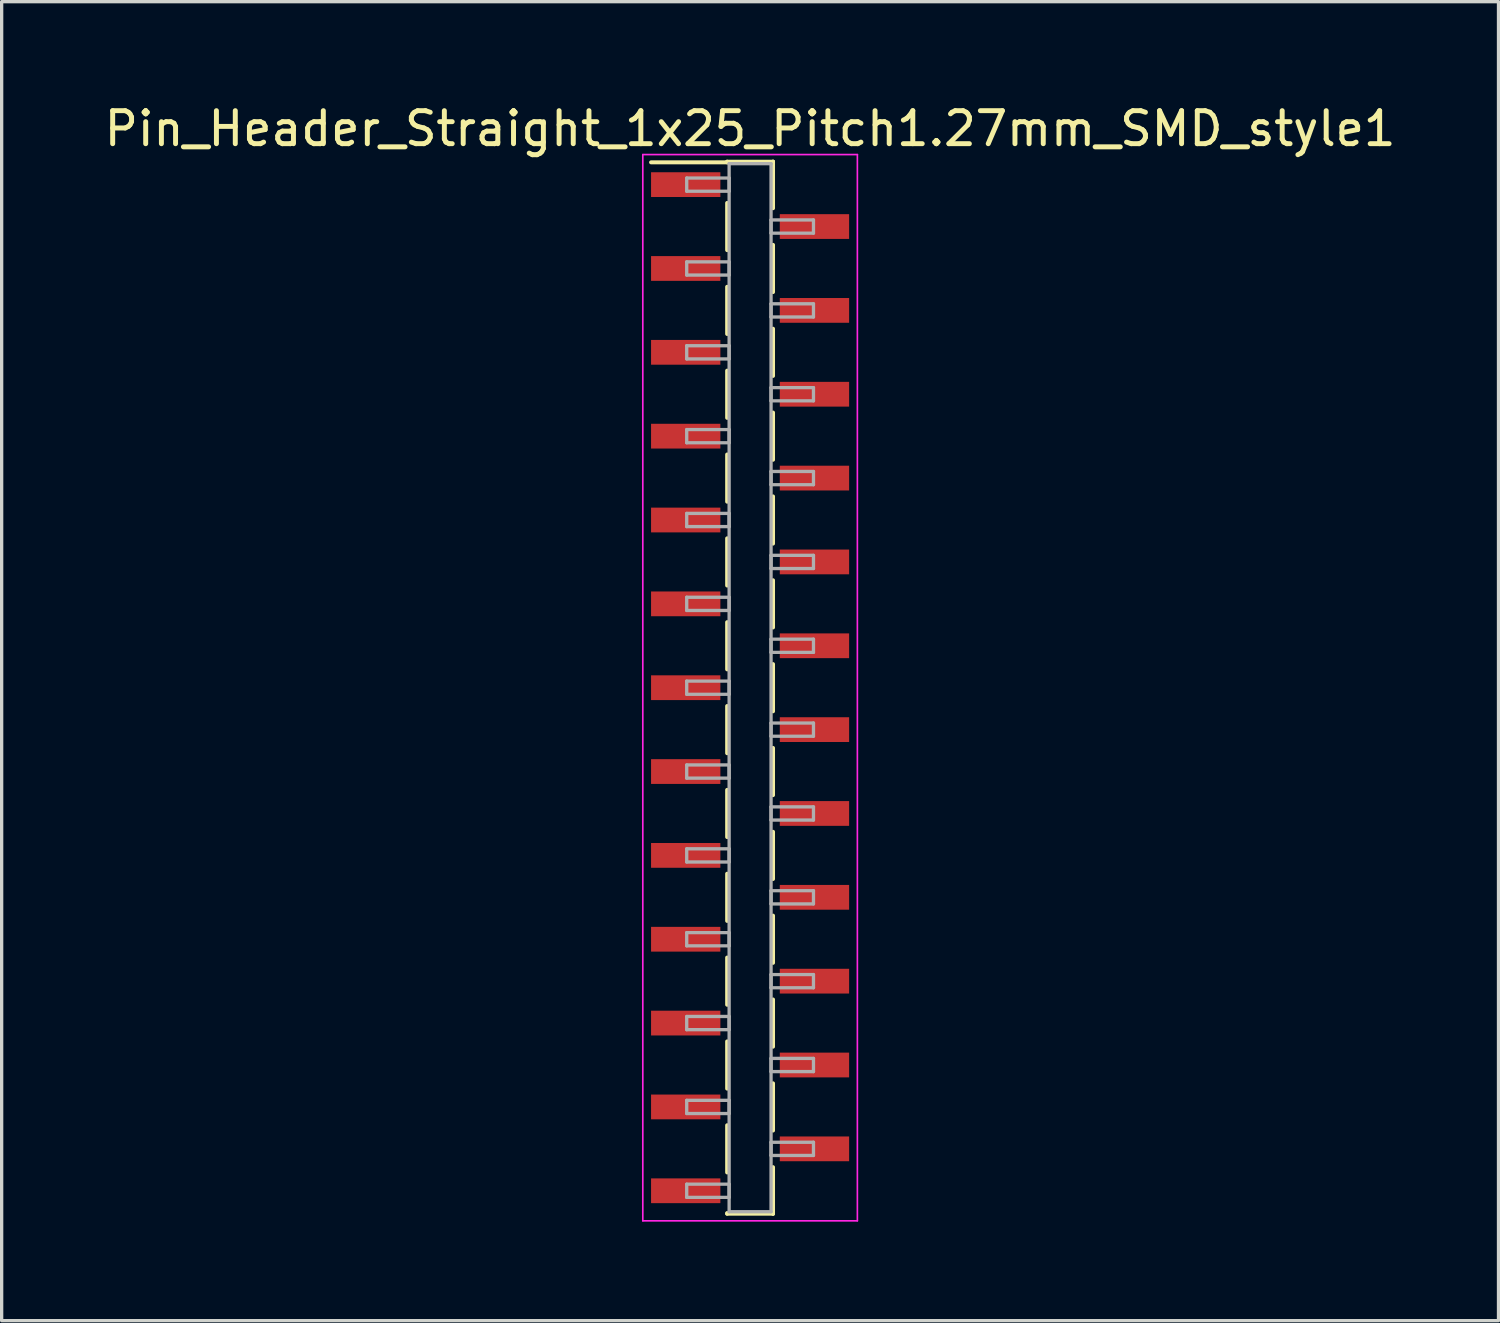
<source format=kicad_pcb>
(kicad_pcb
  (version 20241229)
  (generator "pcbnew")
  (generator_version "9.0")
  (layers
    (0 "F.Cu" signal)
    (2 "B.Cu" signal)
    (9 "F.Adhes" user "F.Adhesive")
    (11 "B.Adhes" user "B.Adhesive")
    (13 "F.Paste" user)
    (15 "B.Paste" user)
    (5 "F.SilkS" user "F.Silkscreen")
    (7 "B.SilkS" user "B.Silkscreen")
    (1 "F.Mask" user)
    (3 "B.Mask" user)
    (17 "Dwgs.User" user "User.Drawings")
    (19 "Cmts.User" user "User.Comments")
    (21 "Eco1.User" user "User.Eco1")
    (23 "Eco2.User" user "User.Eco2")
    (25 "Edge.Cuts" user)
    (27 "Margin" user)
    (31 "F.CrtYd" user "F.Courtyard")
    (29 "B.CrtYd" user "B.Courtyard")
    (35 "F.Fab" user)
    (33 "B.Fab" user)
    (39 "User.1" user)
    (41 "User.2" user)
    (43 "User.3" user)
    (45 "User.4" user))
  (footprint "Pin_Header_Straight_1x25_Pitch1.27mm_SMD_style1"
    (layer "F.Cu")
    (at 19.673 17.783)
    (property "Reference" "Pin_Header_Straight_1x25_Pitch1.27mm_SMD_style1" (at 0 -16.935 0) (layer "F.SilkS") (effects (font (size 1 1) (thickness 0.15))))
    (attr smd)
    (fp_line (start -0.695 -15.935) (end 0.695 -15.935) (stroke (width 0.12) (type solid)) (layer "F.SilkS"))
    (fp_line (start -0.695 -15.915) (end -3 -15.915) (stroke (width 0.12) (type solid)) (layer "F.SilkS"))
    (fp_line (start -0.695 -15.915) (end -0.695 -15.935) (stroke (width 0.12) (type solid)) (layer "F.SilkS"))
    (fp_line (start -0.695 -14.685) (end -0.695 -13.255) (stroke (width 0.12) (type solid)) (layer "F.SilkS"))
    (fp_line (start -0.695 -12.145) (end -0.695 -10.715) (stroke (width 0.12) (type solid)) (layer "F.SilkS"))
    (fp_line (start -0.695 -9.605) (end -0.695 -8.175) (stroke (width 0.12) (type solid)) (layer "F.SilkS"))
    (fp_line (start -0.695 -7.065) (end -0.695 -5.635) (stroke (width 0.12) (type solid)) (layer "F.SilkS"))
    (fp_line (start -0.695 -4.525) (end -0.695 -3.095) (stroke (width 0.12) (type solid)) (layer "F.SilkS"))
    (fp_line (start -0.695 -1.985) (end -0.695 -0.555) (stroke (width 0.12) (type solid)) (layer "F.SilkS"))
    (fp_line (start -0.695 0.555) (end -0.695 1.985) (stroke (width 0.12) (type solid)) (layer "F.SilkS"))
    (fp_line (start -0.695 3.095) (end -0.695 4.525) (stroke (width 0.12) (type solid)) (layer "F.SilkS"))
    (fp_line (start -0.695 5.635) (end -0.695 7.065) (stroke (width 0.12) (type solid)) (layer "F.SilkS"))
    (fp_line (start -0.695 8.175) (end -0.695 9.605) (stroke (width 0.12) (type solid)) (layer "F.SilkS"))
    (fp_line (start -0.695 10.715) (end -0.695 12.145) (stroke (width 0.12) (type solid)) (layer "F.SilkS"))
    (fp_line (start -0.695 13.255) (end -0.695 14.685) (stroke (width 0.12) (type solid)) (layer "F.SilkS"))
    (fp_line (start -0.695 15.915) (end -0.695 15.935) (stroke (width 0.12) (type solid)) (layer "F.SilkS"))
    (fp_line (start -0.695 15.935) (end 0.695 15.935) (stroke (width 0.12) (type solid)) (layer "F.SilkS"))
    (fp_line (start 0.695 -15.935) (end 0.695 -15.915) (stroke (width 0.12) (type solid)) (layer "F.SilkS"))
    (fp_line (start 0.695 -15.935) (end 0.695 -14.525) (stroke (width 0.12) (type solid)) (layer "F.SilkS"))
    (fp_line (start 0.695 -13.415) (end 0.695 -11.985) (stroke (width 0.12) (type solid)) (layer "F.SilkS"))
    (fp_line (start 0.695 -10.875) (end 0.695 -9.445) (stroke (width 0.12) (type solid)) (layer "F.SilkS"))
    (fp_line (start 0.695 -8.335) (end 0.695 -6.905) (stroke (width 0.12) (type solid)) (layer "F.SilkS"))
    (fp_line (start 0.695 -5.795) (end 0.695 -4.365) (stroke (width 0.12) (type solid)) (layer "F.SilkS"))
    (fp_line (start 0.695 -3.255) (end 0.695 -1.825) (stroke (width 0.12) (type solid)) (layer "F.SilkS"))
    (fp_line (start 0.695 -0.715) (end 0.695 0.715) (stroke (width 0.12) (type solid)) (layer "F.SilkS"))
    (fp_line (start 0.695 1.825) (end 0.695 3.255) (stroke (width 0.12) (type solid)) (layer "F.SilkS"))
    (fp_line (start 0.695 4.365) (end 0.695 5.795) (stroke (width 0.12) (type solid)) (layer "F.SilkS"))
    (fp_line (start 0.695 6.905) (end 0.695 8.335) (stroke (width 0.12) (type solid)) (layer "F.SilkS"))
    (fp_line (start 0.695 9.445) (end 0.695 10.875) (stroke (width 0.12) (type solid)) (layer "F.SilkS"))
    (fp_line (start 0.695 11.985) (end 0.695 13.415) (stroke (width 0.12) (type solid)) (layer "F.SilkS"))
    (fp_line (start 0.695 14.525) (end 0.695 15.935) (stroke (width 0.12) (type solid)) (layer "F.SilkS"))
    (fp_line (start 0.695 15.935) (end 0.695 15.915) (stroke (width 0.12) (type solid)) (layer "F.SilkS"))
    (fp_line (start -3.25 -16.15) (end -3.25 16.15) (stroke (width 0.05) (type solid)) (layer "F.CrtYd"))
    (fp_line (start -3.25 16.15) (end 3.25 16.15) (stroke (width 0.05) (type solid)) (layer "F.CrtYd"))
    (fp_line (start 3.25 -16.15) (end -3.25 -16.15) (stroke (width 0.05) (type solid)) (layer "F.CrtYd"))
    (fp_line (start 3.25 16.15) (end 3.25 -16.15) (stroke (width 0.05) (type solid)) (layer "F.CrtYd"))
    (fp_line (start -1.92 -15.44) (end -0.635 -15.44) (stroke (width 0.1) (type solid)) (layer "F.Fab"))
    (fp_line (start -1.92 -15.04) (end -1.92 -15.44) (stroke (width 0.1) (type solid)) (layer "F.Fab"))
    (fp_line (start -1.92 -12.9) (end -0.635 -12.9) (stroke (width 0.1) (type solid)) (layer "F.Fab"))
    (fp_line (start -1.92 -12.5) (end -1.92 -12.9) (stroke (width 0.1) (type solid)) (layer "F.Fab"))
    (fp_line (start -1.92 -10.36) (end -0.635 -10.36) (stroke (width 0.1) (type solid)) (layer "F.Fab"))
    (fp_line (start -1.92 -9.96) (end -1.92 -10.36) (stroke (width 0.1) (type solid)) (layer "F.Fab"))
    (fp_line (start -1.92 -7.82) (end -0.635 -7.82) (stroke (width 0.1) (type solid)) (layer "F.Fab"))
    (fp_line (start -1.92 -7.42) (end -1.92 -7.82) (stroke (width 0.1) (type solid)) (layer "F.Fab"))
    (fp_line (start -1.92 -5.28) (end -0.635 -5.28) (stroke (width 0.1) (type solid)) (layer "F.Fab"))
    (fp_line (start -1.92 -4.88) (end -1.92 -5.28) (stroke (width 0.1) (type solid)) (layer "F.Fab"))
    (fp_line (start -1.92 -2.74) (end -0.635 -2.74) (stroke (width 0.1) (type solid)) (layer "F.Fab"))
    (fp_line (start -1.92 -2.34) (end -1.92 -2.74) (stroke (width 0.1) (type solid)) (layer "F.Fab"))
    (fp_line (start -1.92 -0.2) (end -0.635 -0.2) (stroke (width 0.1) (type solid)) (layer "F.Fab"))
    (fp_line (start -1.92 0.2) (end -1.92 -0.2) (stroke (width 0.1) (type solid)) (layer "F.Fab"))
    (fp_line (start -1.92 2.34) (end -0.635 2.34) (stroke (width 0.1) (type solid)) (layer "F.Fab"))
    (fp_line (start -1.92 2.74) (end -1.92 2.34) (stroke (width 0.1) (type solid)) (layer "F.Fab"))
    (fp_line (start -1.92 4.88) (end -0.635 4.88) (stroke (width 0.1) (type solid)) (layer "F.Fab"))
    (fp_line (start -1.92 5.28) (end -1.92 4.88) (stroke (width 0.1) (type solid)) (layer "F.Fab"))
    (fp_line (start -1.92 7.42) (end -0.635 7.42) (stroke (width 0.1) (type solid)) (layer "F.Fab"))
    (fp_line (start -1.92 7.82) (end -1.92 7.42) (stroke (width 0.1) (type solid)) (layer "F.Fab"))
    (fp_line (start -1.92 9.96) (end -0.635 9.96) (stroke (width 0.1) (type solid)) (layer "F.Fab"))
    (fp_line (start -1.92 10.36) (end -1.92 9.96) (stroke (width 0.1) (type solid)) (layer "F.Fab"))
    (fp_line (start -1.92 12.5) (end -0.635 12.5) (stroke (width 0.1) (type solid)) (layer "F.Fab"))
    (fp_line (start -1.92 12.9) (end -1.92 12.5) (stroke (width 0.1) (type solid)) (layer "F.Fab"))
    (fp_line (start -1.92 15.04) (end -0.635 15.04) (stroke (width 0.1) (type solid)) (layer "F.Fab"))
    (fp_line (start -1.92 15.44) (end -1.92 15.04) (stroke (width 0.1) (type solid)) (layer "F.Fab"))
    (fp_line (start -0.635 -15.875) (end -0.635 15.875) (stroke (width 0.1) (type solid)) (layer "F.Fab"))
    (fp_line (start -0.635 -15.44) (end -0.635 -15.04) (stroke (width 0.1) (type solid)) (layer "F.Fab"))
    (fp_line (start -0.635 -15.04) (end -1.92 -15.04) (stroke (width 0.1) (type solid)) (layer "F.Fab"))
    (fp_line (start -0.635 -12.9) (end -0.635 -12.5) (stroke (width 0.1) (type solid)) (layer "F.Fab"))
    (fp_line (start -0.635 -12.5) (end -1.92 -12.5) (stroke (width 0.1) (type solid)) (layer "F.Fab"))
    (fp_line (start -0.635 -10.36) (end -0.635 -9.96) (stroke (width 0.1) (type solid)) (layer "F.Fab"))
    (fp_line (start -0.635 -9.96) (end -1.92 -9.96) (stroke (width 0.1) (type solid)) (layer "F.Fab"))
    (fp_line (start -0.635 -7.82) (end -0.635 -7.42) (stroke (width 0.1) (type solid)) (layer "F.Fab"))
    (fp_line (start -0.635 -7.42) (end -1.92 -7.42) (stroke (width 0.1) (type solid)) (layer "F.Fab"))
    (fp_line (start -0.635 -5.28) (end -0.635 -4.88) (stroke (width 0.1) (type solid)) (layer "F.Fab"))
    (fp_line (start -0.635 -4.88) (end -1.92 -4.88) (stroke (width 0.1) (type solid)) (layer "F.Fab"))
    (fp_line (start -0.635 -2.74) (end -0.635 -2.34) (stroke (width 0.1) (type solid)) (layer "F.Fab"))
    (fp_line (start -0.635 -2.34) (end -1.92 -2.34) (stroke (width 0.1) (type solid)) (layer "F.Fab"))
    (fp_line (start -0.635 -0.2) (end -0.635 0.2) (stroke (width 0.1) (type solid)) (layer "F.Fab"))
    (fp_line (start -0.635 0.2) (end -1.92 0.2) (stroke (width 0.1) (type solid)) (layer "F.Fab"))
    (fp_line (start -0.635 2.34) (end -0.635 2.74) (stroke (width 0.1) (type solid)) (layer "F.Fab"))
    (fp_line (start -0.635 2.74) (end -1.92 2.74) (stroke (width 0.1) (type solid)) (layer "F.Fab"))
    (fp_line (start -0.635 4.88) (end -0.635 5.28) (stroke (width 0.1) (type solid)) (layer "F.Fab"))
    (fp_line (start -0.635 5.28) (end -1.92 5.28) (stroke (width 0.1) (type solid)) (layer "F.Fab"))
    (fp_line (start -0.635 7.42) (end -0.635 7.82) (stroke (width 0.1) (type solid)) (layer "F.Fab"))
    (fp_line (start -0.635 7.82) (end -1.92 7.82) (stroke (width 0.1) (type solid)) (layer "F.Fab"))
    (fp_line (start -0.635 9.96) (end -0.635 10.36) (stroke (width 0.1) (type solid)) (layer "F.Fab"))
    (fp_line (start -0.635 10.36) (end -1.92 10.36) (stroke (width 0.1) (type solid)) (layer "F.Fab"))
    (fp_line (start -0.635 12.5) (end -0.635 12.9) (stroke (width 0.1) (type solid)) (layer "F.Fab"))
    (fp_line (start -0.635 12.9) (end -1.92 12.9) (stroke (width 0.1) (type solid)) (layer "F.Fab"))
    (fp_line (start -0.635 15.04) (end -0.635 15.44) (stroke (width 0.1) (type solid)) (layer "F.Fab"))
    (fp_line (start -0.635 15.44) (end -1.92 15.44) (stroke (width 0.1) (type solid)) (layer "F.Fab"))
    (fp_line (start -0.635 15.875) (end 0.635 15.875) (stroke (width 0.1) (type solid)) (layer "F.Fab"))
    (fp_line (start 0.635 -15.875) (end -0.635 -15.875) (stroke (width 0.1) (type solid)) (layer "F.Fab"))
    (fp_line (start 0.635 -14.17) (end 0.635 -13.77) (stroke (width 0.1) (type solid)) (layer "F.Fab"))
    (fp_line (start 0.635 -13.77) (end 1.92 -13.77) (stroke (width 0.1) (type solid)) (layer "F.Fab"))
    (fp_line (start 0.635 -11.63) (end 0.635 -11.23) (stroke (width 0.1) (type solid)) (layer "F.Fab"))
    (fp_line (start 0.635 -11.23) (end 1.92 -11.23) (stroke (width 0.1) (type solid)) (layer "F.Fab"))
    (fp_line (start 0.635 -9.09) (end 0.635 -8.69) (stroke (width 0.1) (type solid)) (layer "F.Fab"))
    (fp_line (start 0.635 -8.69) (end 1.92 -8.69) (stroke (width 0.1) (type solid)) (layer "F.Fab"))
    (fp_line (start 0.635 -6.55) (end 0.635 -6.15) (stroke (width 0.1) (type solid)) (layer "F.Fab"))
    (fp_line (start 0.635 -6.15) (end 1.92 -6.15) (stroke (width 0.1) (type solid)) (layer "F.Fab"))
    (fp_line (start 0.635 -4.01) (end 0.635 -3.61) (stroke (width 0.1) (type solid)) (layer "F.Fab"))
    (fp_line (start 0.635 -3.61) (end 1.92 -3.61) (stroke (width 0.1) (type solid)) (layer "F.Fab"))
    (fp_line (start 0.635 -1.47) (end 0.635 -1.07) (stroke (width 0.1) (type solid)) (layer "F.Fab"))
    (fp_line (start 0.635 -1.07) (end 1.92 -1.07) (stroke (width 0.1) (type solid)) (layer "F.Fab"))
    (fp_line (start 0.635 1.07) (end 0.635 1.47) (stroke (width 0.1) (type solid)) (layer "F.Fab"))
    (fp_line (start 0.635 1.47) (end 1.92 1.47) (stroke (width 0.1) (type solid)) (layer "F.Fab"))
    (fp_line (start 0.635 3.61) (end 0.635 4.01) (stroke (width 0.1) (type solid)) (layer "F.Fab"))
    (fp_line (start 0.635 4.01) (end 1.92 4.01) (stroke (width 0.1) (type solid)) (layer "F.Fab"))
    (fp_line (start 0.635 6.15) (end 0.635 6.55) (stroke (width 0.1) (type solid)) (layer "F.Fab"))
    (fp_line (start 0.635 6.55) (end 1.92 6.55) (stroke (width 0.1) (type solid)) (layer "F.Fab"))
    (fp_line (start 0.635 8.69) (end 0.635 9.09) (stroke (width 0.1) (type solid)) (layer "F.Fab"))
    (fp_line (start 0.635 9.09) (end 1.92 9.09) (stroke (width 0.1) (type solid)) (layer "F.Fab"))
    (fp_line (start 0.635 11.23) (end 0.635 11.63) (stroke (width 0.1) (type solid)) (layer "F.Fab"))
    (fp_line (start 0.635 11.63) (end 1.92 11.63) (stroke (width 0.1) (type solid)) (layer "F.Fab"))
    (fp_line (start 0.635 13.77) (end 0.635 14.17) (stroke (width 0.1) (type solid)) (layer "F.Fab"))
    (fp_line (start 0.635 14.17) (end 1.92 14.17) (stroke (width 0.1) (type solid)) (layer "F.Fab"))
    (fp_line (start 0.635 15.875) (end 0.635 -15.875) (stroke (width 0.1) (type solid)) (layer "F.Fab"))
    (fp_line (start 1.92 -14.17) (end 0.635 -14.17) (stroke (width 0.1) (type solid)) (layer "F.Fab"))
    (fp_line (start 1.92 -13.77) (end 1.92 -14.17) (stroke (width 0.1) (type solid)) (layer "F.Fab"))
    (fp_line (start 1.92 -11.63) (end 0.635 -11.63) (stroke (width 0.1) (type solid)) (layer "F.Fab"))
    (fp_line (start 1.92 -11.23) (end 1.92 -11.63) (stroke (width 0.1) (type solid)) (layer "F.Fab"))
    (fp_line (start 1.92 -9.09) (end 0.635 -9.09) (stroke (width 0.1) (type solid)) (layer "F.Fab"))
    (fp_line (start 1.92 -8.69) (end 1.92 -9.09) (stroke (width 0.1) (type solid)) (layer "F.Fab"))
    (fp_line (start 1.92 -6.55) (end 0.635 -6.55) (stroke (width 0.1) (type solid)) (layer "F.Fab"))
    (fp_line (start 1.92 -6.15) (end 1.92 -6.55) (stroke (width 0.1) (type solid)) (layer "F.Fab"))
    (fp_line (start 1.92 -4.01) (end 0.635 -4.01) (stroke (width 0.1) (type solid)) (layer "F.Fab"))
    (fp_line (start 1.92 -3.61) (end 1.92 -4.01) (stroke (width 0.1) (type solid)) (layer "F.Fab"))
    (fp_line (start 1.92 -1.47) (end 0.635 -1.47) (stroke (width 0.1) (type solid)) (layer "F.Fab"))
    (fp_line (start 1.92 -1.07) (end 1.92 -1.47) (stroke (width 0.1) (type solid)) (layer "F.Fab"))
    (fp_line (start 1.92 1.07) (end 0.635 1.07) (stroke (width 0.1) (type solid)) (layer "F.Fab"))
    (fp_line (start 1.92 1.47) (end 1.92 1.07) (stroke (width 0.1) (type solid)) (layer "F.Fab"))
    (fp_line (start 1.92 3.61) (end 0.635 3.61) (stroke (width 0.1) (type solid)) (layer "F.Fab"))
    (fp_line (start 1.92 4.01) (end 1.92 3.61) (stroke (width 0.1) (type solid)) (layer "F.Fab"))
    (fp_line (start 1.92 6.15) (end 0.635 6.15) (stroke (width 0.1) (type solid)) (layer "F.Fab"))
    (fp_line (start 1.92 6.55) (end 1.92 6.15) (stroke (width 0.1) (type solid)) (layer "F.Fab"))
    (fp_line (start 1.92 8.69) (end 0.635 8.69) (stroke (width 0.1) (type solid)) (layer "F.Fab"))
    (fp_line (start 1.92 9.09) (end 1.92 8.69) (stroke (width 0.1) (type solid)) (layer "F.Fab"))
    (fp_line (start 1.92 11.23) (end 0.635 11.23) (stroke (width 0.1) (type solid)) (layer "F.Fab"))
    (fp_line (start 1.92 11.63) (end 1.92 11.23) (stroke (width 0.1) (type solid)) (layer "F.Fab"))
    (fp_line (start 1.92 13.77) (end 0.635 13.77) (stroke (width 0.1) (type solid)) (layer "F.Fab"))
    (fp_line (start 1.92 14.17) (end 1.92 13.77) (stroke (width 0.1) (type solid)) (layer "F.Fab"))
    (pad "1" smd rect (at -1.95 -15.24) (size 2.1 0.75) (layers "F.Cu" "F.Mask"))
    (pad "2" smd rect (at 1.95 -13.97) (size 2.1 0.75) (layers "F.Cu" "F.Mask"))
    (pad "3" smd rect (at -1.95 -12.7) (size 2.1 0.75) (layers "F.Cu" "F.Mask"))
    (pad "4" smd rect (at 1.95 -11.43) (size 2.1 0.75) (layers "F.Cu" "F.Mask"))
    (pad "5" smd rect (at -1.95 -10.16) (size 2.1 0.75) (layers "F.Cu" "F.Mask"))
    (pad "6" smd rect (at 1.95 -8.89) (size 2.1 0.75) (layers "F.Cu" "F.Mask"))
    (pad "7" smd rect (at -1.95 -7.62) (size 2.1 0.75) (layers "F.Cu" "F.Mask"))
    (pad "8" smd rect (at 1.95 -6.35) (size 2.1 0.75) (layers "F.Cu" "F.Mask"))
    (pad "9" smd rect (at -1.95 -5.08) (size 2.1 0.75) (layers "F.Cu" "F.Mask"))
    (pad "10" smd rect (at 1.95 -3.81) (size 2.1 0.75) (layers "F.Cu" "F.Mask"))
    (pad "11" smd rect (at -1.95 -2.54) (size 2.1 0.75) (layers "F.Cu" "F.Mask"))
    (pad "12" smd rect (at 1.95 -1.27) (size 2.1 0.75) (layers "F.Cu" "F.Mask"))
    (pad "13" smd rect (at -1.95 0) (size 2.1 0.75) (layers "F.Cu" "F.Mask"))
    (pad "14" smd rect (at 1.95 1.27) (size 2.1 0.75) (layers "F.Cu" "F.Mask"))
    (pad "15" smd rect (at -1.95 2.54) (size 2.1 0.75) (layers "F.Cu" "F.Mask"))
    (pad "16" smd rect (at 1.95 3.81) (size 2.1 0.75) (layers "F.Cu" "F.Mask"))
    (pad "17" smd rect (at -1.95 5.08) (size 2.1 0.75) (layers "F.Cu" "F.Mask"))
    (pad "18" smd rect (at 1.95 6.35) (size 2.1 0.75) (layers "F.Cu" "F.Mask"))
    (pad "19" smd rect (at -1.95 7.62) (size 2.1 0.75) (layers "F.Cu" "F.Mask"))
    (pad "20" smd rect (at 1.95 8.89) (size 2.1 0.75) (layers "F.Cu" "F.Mask"))
    (pad "21" smd rect (at -1.95 10.16) (size 2.1 0.75) (layers "F.Cu" "F.Mask"))
    (pad "22" smd rect (at 1.95 11.43) (size 2.1 0.75) (layers "F.Cu" "F.Mask"))
    (pad "23" smd rect (at -1.95 12.7) (size 2.1 0.75) (layers "F.Cu" "F.Mask"))
    (pad "24" smd rect (at 1.95 13.97) (size 2.1 0.75) (layers "F.Cu" "F.Mask"))
    (pad "25" smd rect (at -1.95 15.24) (size 2.1 0.75) (layers "F.Cu" "F.Mask")))
  (gr_rect
    (start -3 -3)
    (end 42.345 36.958)
    (stroke (width 0.1) (type default))
    (fill no)
    (layer "Edge.Cuts")))
</source>
